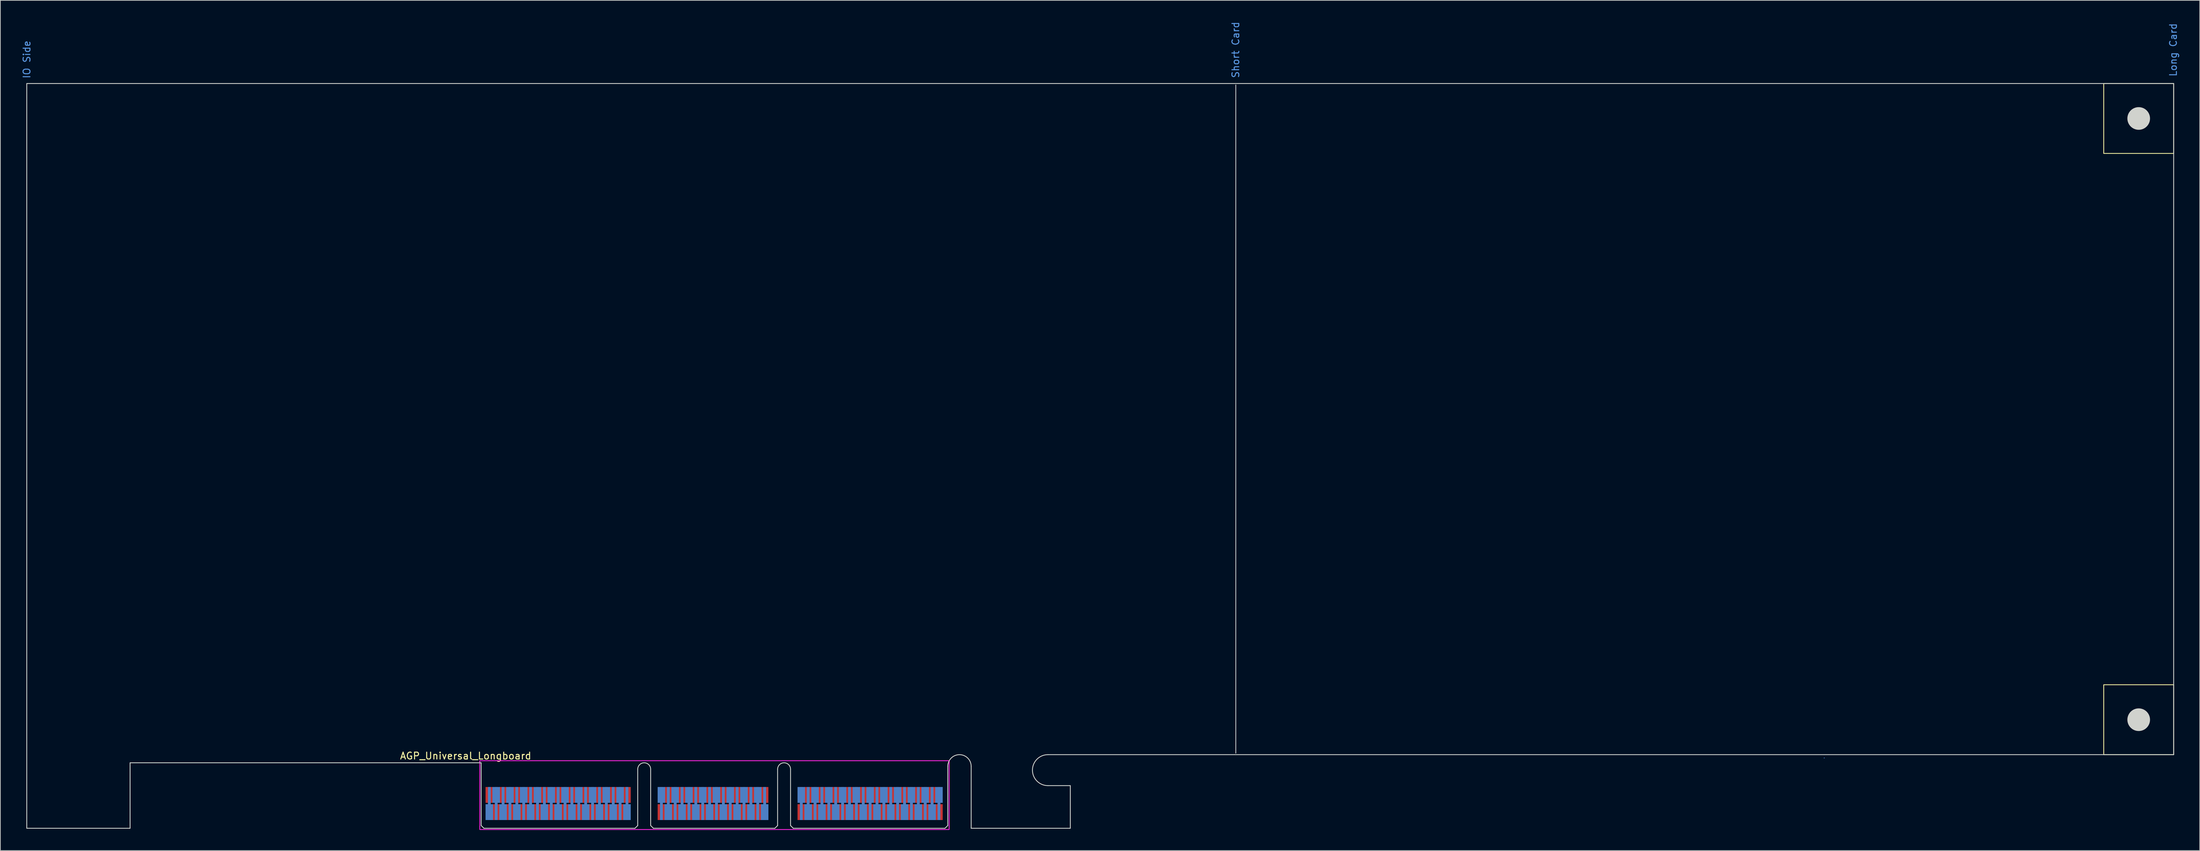
<source format=kicad_pcb>
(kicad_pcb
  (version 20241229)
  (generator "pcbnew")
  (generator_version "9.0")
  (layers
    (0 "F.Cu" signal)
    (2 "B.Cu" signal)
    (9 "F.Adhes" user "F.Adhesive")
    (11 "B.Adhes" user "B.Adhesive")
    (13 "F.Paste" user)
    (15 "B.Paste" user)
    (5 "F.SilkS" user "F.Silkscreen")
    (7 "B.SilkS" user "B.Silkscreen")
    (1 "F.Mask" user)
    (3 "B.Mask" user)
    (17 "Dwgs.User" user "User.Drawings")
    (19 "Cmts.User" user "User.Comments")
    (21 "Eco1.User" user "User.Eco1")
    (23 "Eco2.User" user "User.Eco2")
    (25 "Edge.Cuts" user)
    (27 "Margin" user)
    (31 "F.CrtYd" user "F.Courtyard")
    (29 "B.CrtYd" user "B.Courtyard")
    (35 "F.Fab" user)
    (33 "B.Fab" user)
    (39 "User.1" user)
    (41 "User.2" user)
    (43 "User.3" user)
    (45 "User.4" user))
  (footprint "AGP_Universal_Longboard"
    (layer "F.Cu")
    (at 66.848 107.796)
    (property "Reference" "AGP_Universal_Longboard" (at -2.25 -1 0) (unlocked yes) (layer "F.SilkS") (effects (font (size 1 1) (thickness 0.15))))
    (fp_rect (start 235.7 -98.71) (end 245.86 -88.55) (stroke (width 0.12) (type solid)) (fill no) (layer "F.SilkS"))
    (fp_rect (start 235.7 -11.34) (end 245.86 -1.18) (stroke (width 0.12) (type solid)) (fill no) (layer "F.SilkS"))
    (fp_line (start 109.62 -1.4) (end 109.62 -98.5) (stroke (width 0.12) (type solid)) (layer "Dwgs.User"))
    (fp_line (start 195.1 -0.7) (end 195.1 -0.7) (stroke (width 0.12) (type solid)) (layer "Cmts.User"))
    (fp_line (start -66.01 -98.71) (end 245.86 -98.71) (stroke (width 0.12) (type solid)) (layer "Edge.Cuts"))
    (fp_line (start -66.01 9.52) (end -66.01 -98.71) (stroke (width 0.12) (type solid)) (layer "Edge.Cuts"))
    (fp_line (start -51 0) (end -51 9.52) (stroke (width 0.12) (type solid)) (layer "Edge.Cuts"))
    (fp_line (start -51 9.52) (end -66.01 9.52) (stroke (width 0.12) (type solid)) (layer "Edge.Cuts"))
    (fp_line (start 0 0) (end -51 0) (stroke (width 0.12) (type solid)) (layer "Edge.Cuts"))
    (fp_line (start 0 9.12) (end 0 0) (stroke (width 0.12) (type solid)) (layer "Edge.Cuts"))
    (fp_line (start 0 9.12) (end 0.4 9.52) (stroke (width 0.12) (type solid)) (layer "Edge.Cuts"))
    (fp_line (start 0.4 9.52) (end 22.34 9.52) (stroke (width 0.12) (type solid)) (layer "Edge.Cuts"))
    (fp_line (start 22.74 0.94) (end 22.74 9.12) (stroke (width 0.12) (type solid)) (layer "Edge.Cuts"))
    (fp_line (start 22.74 9.12) (end 22.34 9.52) (stroke (width 0.12) (type solid)) (layer "Edge.Cuts"))
    (fp_line (start 24.62 0.94) (end 24.62 9.12) (stroke (width 0.12) (type solid)) (layer "Edge.Cuts"))
    (fp_line (start 24.62 9.12) (end 25.02 9.52) (stroke (width 0.12) (type solid)) (layer "Edge.Cuts"))
    (fp_line (start 25.02 9.52) (end 42.66 9.52) (stroke (width 0.12) (type solid)) (layer "Edge.Cuts"))
    (fp_line (start 43.06 0.94) (end 43.06 9.12) (stroke (width 0.12) (type solid)) (layer "Edge.Cuts"))
    (fp_line (start 43.06 9.12) (end 42.66 9.52) (stroke (width 0.12) (type solid)) (layer "Edge.Cuts"))
    (fp_line (start 44.94 0.94) (end 44.94 9.12) (stroke (width 0.12) (type solid)) (layer "Edge.Cuts"))
    (fp_line (start 44.94 9.12) (end 45.34 9.52) (stroke (width 0.12) (type solid)) (layer "Edge.Cuts"))
    (fp_line (start 45.34 9.52) (end 67.38 9.52) (stroke (width 0.12) (type solid)) (layer "Edge.Cuts"))
    (fp_line (start 67.78 9.12) (end 67.38 9.52) (stroke (width 0.12) (type solid)) (layer "Edge.Cuts"))
    (fp_line (start 67.78 9.12) (end 67.78 0.52) (stroke (width 0.12) (type solid)) (layer "Edge.Cuts"))
    (fp_line (start 71.18 9.52) (end 71.18 0.52) (stroke (width 0.12) (type solid)) (layer "Edge.Cuts"))
    (fp_line (start 71.18 9.52) (end 85.58 9.52) (stroke (width 0.12) (type solid)) (layer "Edge.Cuts"))
    (fp_line (start 82.33 -1.18) (end 245.86 -1.18) (stroke (width 0.12) (type solid)) (layer "Edge.Cuts"))
    (fp_line (start 85.58 3.32) (end 82.33 3.32) (stroke (width 0.12) (type solid)) (layer "Edge.Cuts"))
    (fp_line (start 85.58 9.52) (end 85.58 3.32) (stroke (width 0.12) (type solid)) (layer "Edge.Cuts"))
    (fp_line (start 245.86 -1.18) (end 245.86 -98.71) (stroke (width 0.12) (type solid)) (layer "Edge.Cuts"))
    (fp_arc (start 22.74 0.94) (mid 23.68 0) (end 24.62 0.94) (stroke (width 0.12) (type solid)) (layer "Edge.Cuts"))
    (fp_arc (start 43.06 0.94) (mid 44 0) (end 44.94 0.94) (stroke (width 0.12) (type solid)) (layer "Edge.Cuts"))
    (fp_arc (start 67.78 0.52) (mid 69.48 -1.18) (end 71.18 0.52) (stroke (width 0.12) (type solid)) (layer "Edge.Cuts"))
    (fp_arc (start 82.33 3.32) (mid 80.08 1.07) (end 82.33 -1.18) (stroke (width 0.12) (type solid)) (layer "Edge.Cuts"))
    (fp_circle (center 240.78 -93.63) (end 242.365 -93.63) (stroke (width 0.12) (type solid)) (fill yes) (layer "Edge.Cuts"))
    (fp_circle (center 240.78 -6.26) (end 242.365 -6.26) (stroke (width 0.12) (type solid)) (fill yes) (layer "Edge.Cuts"))
    (fp_rect (start -0.2 -0.3) (end 67.98 9.7) (stroke (width 0.12) (type solid)) (fill no) (layer "F.CrtYd"))
    (fp_text user "IO Side" (at -66 -102.2 90) (unlocked yes) (layer "Cmts.User") (effects (font (size 1 1) (thickness 0.15))))
    (fp_text user "Long Card" (at 245.8 -103.6 90) (unlocked yes) (layer "Cmts.User") (effects (font (size 1 1) (thickness 0.15))))
    (fp_text user "Short Card" (at 109.6 -103.6 90) (unlocked yes) (layer "Cmts.User") (effects (font (size 1 1) (thickness 0.15))))
    (pad "A1" connect custom (at 1.18 7.17) (size 1.09 2.3) (layers "B.Cu" "B.Mask") (options (anchor rect)) (primitives (gr_poly (pts (xy -0.205 -1.15) (xy 0.205 -1.15) (xy 0.205 -3.65) (xy -0.205 -3.65)) (width 0) (fill yes))))
    (pad "A2" connect custom (at 2.18 4.67 180) (size 1.09 2.3) (layers "B.Cu" "B.Mask") (options (anchor rect)) (primitives (gr_poly (pts (xy -0.205 -1.15) (xy 0.205 -1.15) (xy 0.205 -3.65) (xy -0.205 -3.65)) (width 0) (fill yes))))
    (pad "A3" connect custom (at 3.18 7.17) (size 1.09 2.3) (layers "B.Cu" "B.Mask") (options (anchor rect)) (primitives (gr_poly (pts (xy -0.205 -1.15) (xy 0.205 -1.15) (xy 0.205 -3.65) (xy -0.205 -3.65)) (width 0) (fill yes))))
    (pad "A4" connect custom (at 4.18 4.67 180) (size 1.09 2.3) (layers "B.Cu" "B.Mask") (options (anchor rect)) (primitives (gr_poly (pts (xy -0.205 -1.15) (xy 0.205 -1.15) (xy 0.205 -3.65) (xy -0.205 -3.65)) (width 0) (fill yes))))
    (pad "A5" connect custom (at 5.18 7.17) (size 1.09 2.3) (layers "B.Cu" "B.Mask") (options (anchor rect)) (primitives (gr_poly (pts (xy -0.205 -1.15) (xy 0.205 -1.15) (xy 0.205 -3.65) (xy -0.205 -3.65)) (width 0) (fill yes))))
    (pad "A6" connect custom (at 6.18 4.67 180) (size 1.09 2.3) (layers "B.Cu" "B.Mask") (options (anchor rect)) (primitives (gr_poly (pts (xy -0.205 -1.15) (xy 0.205 -1.15) (xy 0.205 -3.65) (xy -0.205 -3.65)) (width 0) (fill yes))))
    (pad "A7" connect custom (at 7.18 7.17) (size 1.09 2.3) (layers "B.Cu" "B.Mask") (options (anchor rect)) (primitives (gr_poly (pts (xy -0.205 -1.15) (xy 0.205 -1.15) (xy 0.205 -3.65) (xy -0.205 -3.65)) (width 0) (fill yes))))
    (pad "A8" connect custom (at 8.18 4.67 180) (size 1.09 2.3) (layers "B.Cu" "B.Mask") (options (anchor rect)) (primitives (gr_poly (pts (xy -0.205 -1.15) (xy 0.205 -1.15) (xy 0.205 -3.65) (xy -0.205 -3.65)) (width 0) (fill yes))))
    (pad "A9" connect custom (at 9.18 7.17) (size 1.09 2.3) (layers "B.Cu" "B.Mask") (options (anchor rect)) (primitives (gr_poly (pts (xy -0.205 -1.15) (xy 0.205 -1.15) (xy 0.205 -3.65) (xy -0.205 -3.65)) (width 0) (fill yes))))
    (pad "A10" connect custom (at 10.18 4.67 180) (size 1.09 2.3) (layers "B.Cu" "B.Mask") (options (anchor rect)) (primitives (gr_poly (pts (xy -0.205 -1.15) (xy 0.205 -1.15) (xy 0.205 -3.65) (xy -0.205 -3.65)) (width 0) (fill yes))))
    (pad "A11" connect custom (at 11.18 7.17) (size 1.09 2.3) (layers "B.Cu" "B.Mask") (options (anchor rect)) (primitives (gr_poly (pts (xy -0.205 -1.15) (xy 0.205 -1.15) (xy 0.205 -3.65) (xy -0.205 -3.65)) (width 0) (fill yes))))
    (pad "A12" connect custom (at 12.18 4.67 180) (size 1.09 2.3) (layers "B.Cu" "B.Mask") (options (anchor rect)) (primitives (gr_poly (pts (xy -0.205 -1.15) (xy 0.205 -1.15) (xy 0.205 -3.65) (xy -0.205 -3.65)) (width 0) (fill yes))))
    (pad "A13" connect custom (at 13.18 7.17) (size 1.09 2.3) (layers "B.Cu" "B.Mask") (options (anchor rect)) (primitives (gr_poly (pts (xy -0.205 -1.15) (xy 0.205 -1.15) (xy 0.205 -3.65) (xy -0.205 -3.65)) (width 0) (fill yes))))
    (pad "A14" connect custom (at 14.18 4.67 180) (size 1.09 2.3) (layers "B.Cu" "B.Mask") (options (anchor rect)) (primitives (gr_poly (pts (xy -0.205 -1.15) (xy 0.205 -1.15) (xy 0.205 -3.65) (xy -0.205 -3.65)) (width 0) (fill yes))))
    (pad "A15" connect custom (at 15.18 7.17) (size 1.09 2.3) (layers "B.Cu" "B.Mask") (options (anchor rect)) (primitives (gr_poly (pts (xy -0.205 -1.15) (xy 0.205 -1.15) (xy 0.205 -3.65) (xy -0.205 -3.65)) (width 0) (fill yes))))
    (pad "A16" connect custom (at 16.18 4.67 180) (size 1.09 2.3) (layers "B.Cu" "B.Mask") (options (anchor rect)) (primitives (gr_poly (pts (xy -0.205 -1.15) (xy 0.205 -1.15) (xy 0.205 -3.65) (xy -0.205 -3.65)) (width 0) (fill yes))))
    (pad "A17" connect custom (at 17.18 7.17) (size 1.09 2.3) (layers "B.Cu" "B.Mask") (options (anchor rect)) (primitives (gr_poly (pts (xy -0.205 -1.15) (xy 0.205 -1.15) (xy 0.205 -3.65) (xy -0.205 -3.65)) (width 0) (fill yes))))
    (pad "A18" connect custom (at 18.18 4.67 180) (size 1.09 2.3) (layers "B.Cu" "B.Mask") (options (anchor rect)) (primitives (gr_poly (pts (xy -0.205 -1.15) (xy 0.205 -1.15) (xy 0.205 -3.65) (xy -0.205 -3.65)) (width 0) (fill yes))))
    (pad "A19" connect custom (at 19.18 7.17) (size 1.09 2.3) (layers "B.Cu" "B.Mask") (options (anchor rect)) (primitives (gr_poly (pts (xy -0.205 -1.15) (xy 0.205 -1.15) (xy 0.205 -3.65) (xy -0.205 -3.65)) (width 0) (fill yes))))
    (pad "A20" connect custom (at 20.18 4.67 180) (size 1.09 2.3) (layers "B.Cu" "B.Mask") (options (anchor rect)) (primitives (gr_poly (pts (xy -0.205 -1.15) (xy 0.205 -1.15) (xy 0.205 -3.65) (xy -0.205 -3.65)) (width 0) (fill yes))))
    (pad "A21" connect custom (at 21.18 7.17) (size 1.09 2.3) (layers "B.Cu" "B.Mask") (options (anchor rect)) (primitives (gr_poly (pts (xy -0.205 -1.15) (xy 0.205 -1.15) (xy 0.205 -3.65) (xy -0.205 -3.65)) (width 0) (fill yes))))
    (pad "A26" connect custom (at 26.18 4.67 180) (size 1.09 2.3) (layers "B.Cu" "B.Mask") (options (anchor rect)) (primitives (gr_poly (pts (xy -0.205 -1.15) (xy 0.205 -1.15) (xy 0.205 -3.65) (xy -0.205 -3.65)) (width 0) (fill yes))))
    (pad "A27" connect custom (at 27.18 7.17) (size 1.09 2.3) (layers "B.Cu" "B.Mask") (options (anchor rect)) (primitives (gr_poly (pts (xy -0.205 -1.15) (xy 0.205 -1.15) (xy 0.205 -3.65) (xy -0.205 -3.65)) (width 0) (fill yes))))
    (pad "A28" connect custom (at 28.18 4.67 180) (size 1.09 2.3) (layers "B.Cu" "B.Mask") (options (anchor rect)) (primitives (gr_poly (pts (xy -0.205 -1.15) (xy 0.205 -1.15) (xy 0.205 -3.65) (xy -0.205 -3.65)) (width 0) (fill yes))))
    (pad "A29" connect custom (at 29.18 7.17) (size 1.09 2.3) (layers "B.Cu" "B.Mask") (options (anchor rect)) (primitives (gr_poly (pts (xy -0.205 -1.15) (xy 0.205 -1.15) (xy 0.205 -3.65) (xy -0.205 -3.65)) (width 0) (fill yes))))
    (pad "A30" connect custom (at 30.18 4.67 180) (size 1.09 2.3) (layers "B.Cu" "B.Mask") (options (anchor rect)) (primitives (gr_poly (pts (xy -0.205 -1.15) (xy 0.205 -1.15) (xy 0.205 -3.65) (xy -0.205 -3.65)) (width 0) (fill yes))))
    (pad "A31" connect custom (at 31.18 7.17) (size 1.09 2.3) (layers "B.Cu" "B.Mask") (options (anchor rect)) (primitives (gr_poly (pts (xy -0.205 -1.15) (xy 0.205 -1.15) (xy 0.205 -3.65) (xy -0.205 -3.65)) (width 0) (fill yes))))
    (pad "A32" connect custom (at 32.18 4.67 180) (size 1.09 2.3) (layers "B.Cu" "B.Mask") (options (anchor rect)) (primitives (gr_poly (pts (xy -0.205 -1.15) (xy 0.205 -1.15) (xy 0.205 -3.65) (xy -0.205 -3.65)) (width 0) (fill yes))))
    (pad "A33" connect custom (at 33.18 7.17) (size 1.09 2.3) (layers "B.Cu" "B.Mask") (options (anchor rect)) (primitives (gr_poly (pts (xy -0.205 -1.15) (xy 0.205 -1.15) (xy 0.205 -3.65) (xy -0.205 -3.65)) (width 0) (fill yes))))
    (pad "A34" connect custom (at 34.18 4.67 180) (size 1.09 2.3) (layers "B.Cu" "B.Mask") (options (anchor rect)) (primitives (gr_poly (pts (xy -0.205 -1.15) (xy 0.205 -1.15) (xy 0.205 -3.65) (xy -0.205 -3.65)) (width 0) (fill yes))))
    (pad "A35" connect custom (at 35.18 7.17) (size 1.09 2.3) (layers "B.Cu" "B.Mask") (options (anchor rect)) (primitives (gr_poly (pts (xy -0.205 -1.15) (xy 0.205 -1.15) (xy 0.205 -3.65) (xy -0.205 -3.65)) (width 0) (fill yes))))
    (pad "A36" connect custom (at 36.18 4.67 180) (size 1.09 2.3) (layers "B.Cu" "B.Mask") (options (anchor rect)) (primitives (gr_poly (pts (xy -0.205 -1.15) (xy 0.205 -1.15) (xy 0.205 -3.65) (xy -0.205 -3.65)) (width 0) (fill yes))))
    (pad "A37" connect custom (at 37.18 7.17) (size 1.09 2.3) (layers "B.Cu" "B.Mask") (options (anchor rect)) (primitives (gr_poly (pts (xy -0.205 -1.15) (xy 0.205 -1.15) (xy 0.205 -3.65) (xy -0.205 -3.65)) (width 0) (fill yes))))
    (pad "A38" connect custom (at 38.18 4.67 180) (size 1.09 2.3) (layers "B.Cu" "B.Mask") (options (anchor rect)) (primitives (gr_poly (pts (xy -0.205 -1.15) (xy 0.205 -1.15) (xy 0.205 -3.65) (xy -0.205 -3.65)) (width 0) (fill yes))))
    (pad "A39" connect custom (at 39.18 7.17) (size 1.09 2.3) (layers "B.Cu" "B.Mask") (options (anchor rect)) (primitives (gr_poly (pts (xy -0.205 -1.15) (xy 0.205 -1.15) (xy 0.205 -3.65) (xy -0.205 -3.65)) (width 0) (fill yes))))
    (pad "A40" connect custom (at 40.18 4.67 180) (size 1.09 2.3) (layers "B.Cu" "B.Mask") (options (anchor rect)) (primitives (gr_poly (pts (xy -0.205 -1.15) (xy 0.205 -1.15) (xy 0.205 -3.65) (xy -0.205 -3.65)) (width 0) (fill yes))))
    (pad "A41" connect custom (at 41.18 7.17) (size 1.09 2.3) (layers "B.Cu" "B.Mask") (options (anchor rect)) (primitives (gr_poly (pts (xy -0.205 -1.15) (xy 0.205 -1.15) (xy 0.205 -3.65) (xy -0.205 -3.65)) (width 0) (fill yes))))
    (pad "A46" connect custom (at 46.5 4.67 180) (size 1.09 2.3) (layers "B.Cu" "B.Mask") (options (anchor rect)) (primitives (gr_poly (pts (xy -0.205 -1.15) (xy 0.205 -1.15) (xy 0.205 -3.65) (xy -0.205 -3.65)) (width 0) (fill yes))))
    (pad "A47" connect custom (at 47.5 7.17) (size 1.09 2.3) (layers "B.Cu" "B.Mask") (options (anchor rect)) (primitives (gr_poly (pts (xy -0.205 -1.15) (xy 0.205 -1.15) (xy 0.205 -3.65) (xy -0.205 -3.65)) (width 0) (fill yes))))
    (pad "A48" connect custom (at 48.5 4.67 180) (size 1.09 2.3) (layers "B.Cu" "B.Mask") (options (anchor rect)) (primitives (gr_poly (pts (xy -0.205 -1.15) (xy 0.205 -1.15) (xy 0.205 -3.65) (xy -0.205 -3.65)) (width 0) (fill yes))))
    (pad "A49" connect custom (at 49.5 7.17) (size 1.09 2.3) (layers "B.Cu" "B.Mask") (options (anchor rect)) (primitives (gr_poly (pts (xy -0.205 -1.15) (xy 0.205 -1.15) (xy 0.205 -3.65) (xy -0.205 -3.65)) (width 0) (fill yes))))
    (pad "A50" connect custom (at 50.5 4.67 180) (size 1.09 2.3) (layers "B.Cu" "B.Mask") (options (anchor rect)) (primitives (gr_poly (pts (xy -0.205 -1.15) (xy 0.205 -1.15) (xy 0.205 -3.65) (xy -0.205 -3.65)) (width 0) (fill yes))))
    (pad "A51" connect custom (at 51.5 7.17) (size 1.09 2.3) (layers "B.Cu" "B.Mask") (options (anchor rect)) (primitives (gr_poly (pts (xy -0.205 -1.15) (xy 0.205 -1.15) (xy 0.205 -3.65) (xy -0.205 -3.65)) (width 0) (fill yes))))
    (pad "A52" connect custom (at 52.5 4.67 180) (size 1.09 2.3) (layers "B.Cu" "B.Mask") (options (anchor rect)) (primitives (gr_poly (pts (xy -0.205 -1.15) (xy 0.205 -1.15) (xy 0.205 -3.65) (xy -0.205 -3.65)) (width 0) (fill yes))))
    (pad "A53" connect custom (at 53.5 7.17) (size 1.09 2.3) (layers "B.Cu" "B.Mask") (options (anchor rect)) (primitives (gr_poly (pts (xy -0.205 -1.15) (xy 0.205 -1.15) (xy 0.205 -3.65) (xy -0.205 -3.65)) (width 0) (fill yes))))
    (pad "A54" connect custom (at 54.5 4.67 180) (size 1.09 2.3) (layers "B.Cu" "B.Mask") (options (anchor rect)) (primitives (gr_poly (pts (xy -0.205 -1.15) (xy 0.205 -1.15) (xy 0.205 -3.65) (xy -0.205 -3.65)) (width 0) (fill yes))))
    (pad "A55" connect custom (at 55.5 7.17) (size 1.09 2.3) (layers "B.Cu" "B.Mask") (options (anchor rect)) (primitives (gr_poly (pts (xy -0.205 -1.15) (xy 0.205 -1.15) (xy 0.205 -3.65) (xy -0.205 -3.65)) (width 0) (fill yes))))
    (pad "A56" connect custom (at 56.5 4.67 180) (size 1.09 2.3) (layers "B.Cu" "B.Mask") (options (anchor rect)) (primitives (gr_poly (pts (xy -0.205 -1.15) (xy 0.205 -1.15) (xy 0.205 -3.65) (xy -0.205 -3.65)) (width 0) (fill yes))))
    (pad "A57" connect custom (at 57.5 7.17) (size 1.09 2.3) (layers "B.Cu" "B.Mask") (options (anchor rect)) (primitives (gr_poly (pts (xy -0.205 -1.15) (xy 0.205 -1.15) (xy 0.205 -3.65) (xy -0.205 -3.65)) (width 0) (fill yes))))
    (pad "A58" connect custom (at 58.5 4.67 180) (size 1.09 2.3) (layers "B.Cu" "B.Mask") (options (anchor rect)) (primitives (gr_poly (pts (xy -0.205 -1.15) (xy 0.205 -1.15) (xy 0.205 -3.65) (xy -0.205 -3.65)) (width 0) (fill yes))))
    (pad "A59" connect custom (at 59.5 7.17) (size 1.09 2.3) (layers "B.Cu" "B.Mask") (options (anchor rect)) (primitives (gr_poly (pts (xy -0.205 -1.15) (xy 0.205 -1.15) (xy 0.205 -3.65) (xy -0.205 -3.65)) (width 0) (fill yes))))
    (pad "A60" connect custom (at 60.5 4.67 180) (size 1.09 2.3) (layers "B.Cu" "B.Mask") (options (anchor rect)) (primitives (gr_poly (pts (xy -0.205 -1.15) (xy 0.205 -1.15) (xy 0.205 -3.65) (xy -0.205 -3.65)) (width 0) (fill yes))))
    (pad "A61" connect custom (at 61.5 7.17) (size 1.09 2.3) (layers "B.Cu" "B.Mask") (options (anchor rect)) (primitives (gr_poly (pts (xy -0.205 -1.15) (xy 0.205 -1.15) (xy 0.205 -3.65) (xy -0.205 -3.65)) (width 0) (fill yes))))
    (pad "A62" connect custom (at 62.5 4.67 180) (size 1.09 2.3) (layers "B.Cu" "B.Mask") (options (anchor rect)) (primitives (gr_poly (pts (xy -0.205 -1.15) (xy 0.205 -1.15) (xy 0.205 -3.65) (xy -0.205 -3.65)) (width 0) (fill yes))))
    (pad "A63" connect custom (at 63.5 7.17) (size 1.09 2.3) (layers "B.Cu" "B.Mask") (options (anchor rect)) (primitives (gr_poly (pts (xy -0.205 -1.15) (xy 0.205 -1.15) (xy 0.205 -3.65) (xy -0.205 -3.65)) (width 0) (fill yes))))
    (pad "A64" connect custom (at 64.5 4.67 180) (size 1.09 2.3) (layers "B.Cu" "B.Mask") (options (anchor rect)) (primitives (gr_poly (pts (xy -0.205 -1.15) (xy 0.205 -1.15) (xy 0.205 -3.65) (xy -0.205 -3.65)) (width 0) (fill yes))))
    (pad "A65" connect custom (at 65.5 7.17) (size 1.09 2.3) (layers "B.Cu" "B.Mask") (options (anchor rect)) (primitives (gr_poly (pts (xy -0.205 -1.15) (xy 0.205 -1.15) (xy 0.205 -3.65) (xy -0.205 -3.65)) (width 0) (fill yes))))
    (pad "A66" connect custom (at 66.5 4.67 180) (size 1.09 2.3) (layers "B.Cu" "B.Mask") (options (anchor rect)) (primitives (gr_poly (pts (xy -0.205 -1.15) (xy 0.205 -1.15) (xy 0.205 -3.65) (xy -0.205 -3.65)) (width 0) (fill yes))))
    (pad "B1" connect custom (at 1.18 4.67 180) (size 1.09 2.3) (layers "F.Cu" "F.Mask") (options (anchor rect)) (primitives (gr_poly (pts (xy -0.205 -1.15) (xy 0.205 -1.15) (xy 0.205 -3.65) (xy -0.205 -3.65)) (width 0) (fill yes))))
    (pad "B2" connect custom (at 2.18 7.17) (size 1.09 2.3) (layers "F.Cu" "F.Mask") (options (anchor rect)) (primitives (gr_poly (pts (xy -0.205 -1.15) (xy 0.205 -1.15) (xy 0.205 -3.65) (xy -0.205 -3.65)) (width 0) (fill yes))))
    (pad "B3" connect custom (at 3.18 4.67 180) (size 1.09 2.3) (layers "F.Cu" "F.Mask") (options (anchor rect)) (primitives (gr_poly (pts (xy -0.205 -1.15) (xy 0.205 -1.15) (xy 0.205 -3.65) (xy -0.205 -3.65)) (width 0) (fill yes))))
    (pad "B4" connect custom (at 4.18 7.17) (size 1.09 2.3) (layers "F.Cu" "F.Mask") (options (anchor rect)) (primitives (gr_poly (pts (xy -0.205 -1.15) (xy 0.205 -1.15) (xy 0.205 -3.65) (xy -0.205 -3.65)) (width 0) (fill yes))))
    (pad "B5" connect custom (at 5.18 4.67 180) (size 1.09 2.3) (layers "F.Cu" "F.Mask") (options (anchor rect)) (primitives (gr_poly (pts (xy -0.205 -1.15) (xy 0.205 -1.15) (xy 0.205 -3.65) (xy -0.205 -3.65)) (width 0) (fill yes))))
    (pad "B6" connect custom (at 6.18 7.17) (size 1.09 2.3) (layers "F.Cu" "F.Mask") (options (anchor rect)) (primitives (gr_poly (pts (xy -0.205 -1.15) (xy 0.205 -1.15) (xy 0.205 -3.65) (xy -0.205 -3.65)) (width 0) (fill yes))))
    (pad "B7" connect custom (at 7.18 4.67 180) (size 1.09 2.3) (layers "F.Cu" "F.Mask") (options (anchor rect)) (primitives (gr_poly (pts (xy -0.205 -1.15) (xy 0.205 -1.15) (xy 0.205 -3.65) (xy -0.205 -3.65)) (width 0) (fill yes))))
    (pad "B8" connect custom (at 8.18 7.17) (size 1.09 2.3) (layers "F.Cu" "F.Mask") (options (anchor rect)) (primitives (gr_poly (pts (xy -0.205 -1.15) (xy 0.205 -1.15) (xy 0.205 -3.65) (xy -0.205 -3.65)) (width 0) (fill yes))))
    (pad "B9" connect custom (at 9.18 4.67 180) (size 1.09 2.3) (layers "F.Cu" "F.Mask") (options (anchor rect)) (primitives (gr_poly (pts (xy -0.205 -1.15) (xy 0.205 -1.15) (xy 0.205 -3.65) (xy -0.205 -3.65)) (width 0) (fill yes))))
    (pad "B10" connect custom (at 10.18 7.17) (size 1.09 2.3) (layers "F.Cu" "F.Mask") (options (anchor rect)) (primitives (gr_poly (pts (xy -0.205 -1.15) (xy 0.205 -1.15) (xy 0.205 -3.65) (xy -0.205 -3.65)) (width 0) (fill yes))))
    (pad "B11" connect custom (at 11.18 4.67 180) (size 1.09 2.3) (layers "F.Cu" "F.Mask") (options (anchor rect)) (primitives (gr_poly (pts (xy -0.205 -1.15) (xy 0.205 -1.15) (xy 0.205 -3.65) (xy -0.205 -3.65)) (width 0) (fill yes))))
    (pad "B12" connect custom (at 12.18 7.17) (size 1.09 2.3) (layers "F.Cu" "F.Mask") (options (anchor rect)) (primitives (gr_poly (pts (xy -0.205 -1.15) (xy 0.205 -1.15) (xy 0.205 -3.65) (xy -0.205 -3.65)) (width 0) (fill yes))))
    (pad "B13" connect custom (at 13.18 4.67 180) (size 1.09 2.3) (layers "F.Cu" "F.Mask") (options (anchor rect)) (primitives (gr_poly (pts (xy -0.205 -1.15) (xy 0.205 -1.15) (xy 0.205 -3.65) (xy -0.205 -3.65)) (width 0) (fill yes))))
    (pad "B14" connect custom (at 14.18 7.17) (size 1.09 2.3) (layers "F.Cu" "F.Mask") (options (anchor rect)) (primitives (gr_poly (pts (xy -0.205 -1.15) (xy 0.205 -1.15) (xy 0.205 -3.65) (xy -0.205 -3.65)) (width 0) (fill yes))))
    (pad "B15" connect custom (at 15.18 4.67 180) (size 1.09 2.3) (layers "F.Cu" "F.Mask") (options (anchor rect)) (primitives (gr_poly (pts (xy -0.205 -1.15) (xy 0.205 -1.15) (xy 0.205 -3.65) (xy -0.205 -3.65)) (width 0) (fill yes))))
    (pad "B16" connect custom (at 16.18 7.17) (size 1.09 2.3) (layers "F.Cu" "F.Mask") (options (anchor rect)) (primitives (gr_poly (pts (xy -0.205 -1.15) (xy 0.205 -1.15) (xy 0.205 -3.65) (xy -0.205 -3.65)) (width 0) (fill yes))))
    (pad "B17" connect custom (at 17.18 4.67 180) (size 1.09 2.3) (layers "F.Cu" "F.Mask") (options (anchor rect)) (primitives (gr_poly (pts (xy -0.205 -1.15) (xy 0.205 -1.15) (xy 0.205 -3.65) (xy -0.205 -3.65)) (width 0) (fill yes))))
    (pad "B18" connect custom (at 18.18 7.17) (size 1.09 2.3) (layers "F.Cu" "F.Mask") (options (anchor rect)) (primitives (gr_poly (pts (xy -0.205 -1.15) (xy 0.205 -1.15) (xy 0.205 -3.65) (xy -0.205 -3.65)) (width 0) (fill yes))))
    (pad "B19" connect custom (at 19.18 4.67 180) (size 1.09 2.3) (layers "F.Cu" "F.Mask") (options (anchor rect)) (primitives (gr_poly (pts (xy -0.205 -1.15) (xy 0.205 -1.15) (xy 0.205 -3.65) (xy -0.205 -3.65)) (width 0) (fill yes))))
    (pad "B20" connect custom (at 20.18 7.17) (size 1.09 2.3) (layers "F.Cu" "F.Mask") (options (anchor rect)) (primitives (gr_poly (pts (xy -0.205 -1.15) (xy 0.205 -1.15) (xy 0.205 -3.65) (xy -0.205 -3.65)) (width 0) (fill yes))))
    (pad "B21" connect custom (at 21.18 4.67 180) (size 1.09 2.3) (layers "F.Cu" "F.Mask") (options (anchor rect)) (primitives (gr_poly (pts (xy -0.205 -1.15) (xy 0.205 -1.15) (xy 0.205 -3.65) (xy -0.205 -3.65)) (width 0) (fill yes))))
    (pad "B26" connect custom (at 26.18 7.17) (size 1.09 2.3) (layers "F.Cu" "F.Mask") (options (anchor rect)) (primitives (gr_poly (pts (xy -0.205 -1.15) (xy 0.205 -1.15) (xy 0.205 -3.65) (xy -0.205 -3.65)) (width 0) (fill yes))))
    (pad "B27" connect custom (at 27.18 4.67 180) (size 1.09 2.3) (layers "F.Cu" "F.Mask") (options (anchor rect)) (primitives (gr_poly (pts (xy -0.205 -1.15) (xy 0.205 -1.15) (xy 0.205 -3.65) (xy -0.205 -3.65)) (width 0) (fill yes))))
    (pad "B28" connect custom (at 28.18 7.17) (size 1.09 2.3) (layers "F.Cu" "F.Mask") (options (anchor rect)) (primitives (gr_poly (pts (xy -0.205 -1.15) (xy 0.205 -1.15) (xy 0.205 -3.65) (xy -0.205 -3.65)) (width 0) (fill yes))))
    (pad "B29" connect custom (at 29.18 4.67 180) (size 1.09 2.3) (layers "F.Cu" "F.Mask") (options (anchor rect)) (primitives (gr_poly (pts (xy -0.205 -1.15) (xy 0.205 -1.15) (xy 0.205 -3.65) (xy -0.205 -3.65)) (width 0) (fill yes))))
    (pad "B30" connect custom (at 30.18 7.17) (size 1.09 2.3) (layers "F.Cu" "F.Mask") (options (anchor rect)) (primitives (gr_poly (pts (xy -0.205 -1.15) (xy 0.205 -1.15) (xy 0.205 -3.65) (xy -0.205 -3.65)) (width 0) (fill yes))))
    (pad "B31" connect custom (at 31.18 4.67 180) (size 1.09 2.3) (layers "F.Cu" "F.Mask") (options (anchor rect)) (primitives (gr_poly (pts (xy -0.205 -1.15) (xy 0.205 -1.15) (xy 0.205 -3.65) (xy -0.205 -3.65)) (width 0) (fill yes))))
    (pad "B32" connect custom (at 32.18 7.17) (size 1.09 2.3) (layers "F.Cu" "F.Mask") (options (anchor rect)) (primitives (gr_poly (pts (xy -0.205 -1.15) (xy 0.205 -1.15) (xy 0.205 -3.65) (xy -0.205 -3.65)) (width 0) (fill yes))))
    (pad "B33" connect custom (at 33.18 4.67 180) (size 1.09 2.3) (layers "F.Cu" "F.Mask") (options (anchor rect)) (primitives (gr_poly (pts (xy -0.205 -1.15) (xy 0.205 -1.15) (xy 0.205 -3.65) (xy -0.205 -3.65)) (width 0) (fill yes))))
    (pad "B34" connect custom (at 34.18 7.17) (size 1.09 2.3) (layers "F.Cu" "F.Mask") (options (anchor rect)) (primitives (gr_poly (pts (xy -0.205 -1.15) (xy 0.205 -1.15) (xy 0.205 -3.65) (xy -0.205 -3.65)) (width 0) (fill yes))))
    (pad "B35" connect custom (at 35.18 4.67 180) (size 1.09 2.3) (layers "F.Cu" "F.Mask") (options (anchor rect)) (primitives (gr_poly (pts (xy -0.205 -1.15) (xy 0.205 -1.15) (xy 0.205 -3.65) (xy -0.205 -3.65)) (width 0) (fill yes))))
    (pad "B36" connect custom (at 36.18 7.17) (size 1.09 2.3) (layers "F.Cu" "F.Mask") (options (anchor rect)) (primitives (gr_poly (pts (xy -0.205 -1.15) (xy 0.205 -1.15) (xy 0.205 -3.65) (xy -0.205 -3.65)) (width 0) (fill yes))))
    (pad "B37" connect custom (at 37.18 4.67 180) (size 1.09 2.3) (layers "F.Cu" "F.Mask") (options (anchor rect)) (primitives (gr_poly (pts (xy -0.205 -1.15) (xy 0.205 -1.15) (xy 0.205 -3.65) (xy -0.205 -3.65)) (width 0) (fill yes))))
    (pad "B38" connect custom (at 38.18 7.17) (size 1.09 2.3) (layers "F.Cu" "F.Mask") (options (anchor rect)) (primitives (gr_poly (pts (xy -0.205 -1.15) (xy 0.205 -1.15) (xy 0.205 -3.65) (xy -0.205 -3.65)) (width 0) (fill yes))))
    (pad "B39" connect custom (at 39.18 4.67 180) (size 1.09 2.3) (layers "F.Cu" "F.Mask") (options (anchor rect)) (primitives (gr_poly (pts (xy -0.205 -1.15) (xy 0.205 -1.15) (xy 0.205 -3.65) (xy -0.205 -3.65)) (width 0) (fill yes))))
    (pad "B40" connect custom (at 40.18 7.17) (size 1.09 2.3) (layers "F.Cu" "F.Mask") (options (anchor rect)) (primitives (gr_poly (pts (xy -0.205 -1.15) (xy 0.205 -1.15) (xy 0.205 -3.65) (xy -0.205 -3.65)) (width 0) (fill yes))))
    (pad "B41" connect custom (at 41.18 4.67 180) (size 1.09 2.3) (layers "F.Cu" "F.Mask") (options (anchor rect)) (primitives (gr_poly (pts (xy -0.205 -1.15) (xy 0.205 -1.15) (xy 0.205 -3.65) (xy -0.205 -3.65)) (width 0) (fill yes))))
    (pad "B46" connect custom (at 46.5 7.17) (size 1.09 2.3) (layers "F.Cu" "F.Mask") (options (anchor rect)) (primitives (gr_poly (pts (xy -0.205 -1.15) (xy 0.205 -1.15) (xy 0.205 -3.65) (xy -0.205 -3.65)) (width 0) (fill yes))))
    (pad "B47" connect custom (at 47.5 4.67 180) (size 1.09 2.3) (layers "F.Cu" "F.Mask") (options (anchor rect)) (primitives (gr_poly (pts (xy -0.205 -1.15) (xy 0.205 -1.15) (xy 0.205 -3.65) (xy -0.205 -3.65)) (width 0) (fill yes))))
    (pad "B48" connect custom (at 48.5 7.17) (size 1.09 2.3) (layers "F.Cu" "F.Mask") (options (anchor rect)) (primitives (gr_poly (pts (xy -0.205 -1.15) (xy 0.205 -1.15) (xy 0.205 -3.65) (xy -0.205 -3.65)) (width 0) (fill yes))))
    (pad "B49" connect custom (at 49.5 4.67 180) (size 1.09 2.3) (layers "F.Cu" "F.Mask") (options (anchor rect)) (primitives (gr_poly (pts (xy -0.205 -1.15) (xy 0.205 -1.15) (xy 0.205 -3.65) (xy -0.205 -3.65)) (width 0) (fill yes))))
    (pad "B50" connect custom (at 50.5 7.17) (size 1.09 2.3) (layers "F.Cu" "F.Mask") (options (anchor rect)) (primitives (gr_poly (pts (xy -0.205 -1.15) (xy 0.205 -1.15) (xy 0.205 -3.65) (xy -0.205 -3.65)) (width 0) (fill yes))))
    (pad "B51" connect custom (at 51.5 4.67 180) (size 1.09 2.3) (layers "F.Cu" "F.Mask") (options (anchor rect)) (primitives (gr_poly (pts (xy -0.205 -1.15) (xy 0.205 -1.15) (xy 0.205 -3.65) (xy -0.205 -3.65)) (width 0) (fill yes))))
    (pad "B52" connect custom (at 52.5 7.17) (size 1.09 2.3) (layers "F.Cu" "F.Mask") (options (anchor rect)) (primitives (gr_poly (pts (xy -0.205 -1.15) (xy 0.205 -1.15) (xy 0.205 -3.65) (xy -0.205 -3.65)) (width 0) (fill yes))))
    (pad "B53" connect custom (at 53.5 4.67 180) (size 1.09 2.3) (layers "F.Cu" "F.Mask") (options (anchor rect)) (primitives (gr_poly (pts (xy -0.205 -1.15) (xy 0.205 -1.15) (xy 0.205 -3.65) (xy -0.205 -3.65)) (width 0) (fill yes))))
    (pad "B54" connect custom (at 54.5 7.17) (size 1.09 2.3) (layers "F.Cu" "F.Mask") (options (anchor rect)) (primitives (gr_poly (pts (xy -0.205 -1.15) (xy 0.205 -1.15) (xy 0.205 -3.65) (xy -0.205 -3.65)) (width 0) (fill yes))))
    (pad "B55" connect custom (at 55.5 4.67 180) (size 1.09 2.3) (layers "F.Cu" "F.Mask") (options (anchor rect)) (primitives (gr_poly (pts (xy -0.205 -1.15) (xy 0.205 -1.15) (xy 0.205 -3.65) (xy -0.205 -3.65)) (width 0) (fill yes))))
    (pad "B56" connect custom (at 56.5 7.17) (size 1.09 2.3) (layers "F.Cu" "F.Mask") (options (anchor rect)) (primitives (gr_poly (pts (xy -0.205 -1.15) (xy 0.205 -1.15) (xy 0.205 -3.65) (xy -0.205 -3.65)) (width 0) (fill yes))))
    (pad "B57" connect custom (at 57.5 4.67 180) (size 1.09 2.3) (layers "F.Cu" "F.Mask") (options (anchor rect)) (primitives (gr_poly (pts (xy -0.205 -1.15) (xy 0.205 -1.15) (xy 0.205 -3.65) (xy -0.205 -3.65)) (width 0) (fill yes))))
    (pad "B58" connect custom (at 58.5 7.17) (size 1.09 2.3) (layers "F.Cu" "F.Mask") (options (anchor rect)) (primitives (gr_poly (pts (xy -0.205 -1.15) (xy 0.205 -1.15) (xy 0.205 -3.65) (xy -0.205 -3.65)) (width 0) (fill yes))))
    (pad "B59" connect custom (at 59.5 4.67 180) (size 1.09 2.3) (layers "F.Cu" "F.Mask") (options (anchor rect)) (primitives (gr_poly (pts (xy -0.205 -1.15) (xy 0.205 -1.15) (xy 0.205 -3.65) (xy -0.205 -3.65)) (width 0) (fill yes))))
    (pad "B60" connect custom (at 60.5 7.17) (size 1.09 2.3) (layers "F.Cu" "F.Mask") (options (anchor rect)) (primitives (gr_poly (pts (xy -0.205 -1.15) (xy 0.205 -1.15) (xy 0.205 -3.65) (xy -0.205 -3.65)) (width 0) (fill yes))))
    (pad "B61" connect custom (at 61.5 4.67 180) (size 1.09 2.3) (layers "F.Cu" "F.Mask") (options (anchor rect)) (primitives (gr_poly (pts (xy -0.205 -1.15) (xy 0.205 -1.15) (xy 0.205 -3.65) (xy -0.205 -3.65)) (width 0) (fill yes))))
    (pad "B62" connect custom (at 62.5 7.17) (size 1.09 2.3) (layers "F.Cu" "F.Mask") (options (anchor rect)) (primitives (gr_poly (pts (xy -0.205 -1.15) (xy 0.205 -1.15) (xy 0.205 -3.65) (xy -0.205 -3.65)) (width 0) (fill yes))))
    (pad "B63" connect custom (at 63.5 4.67 180) (size 1.09 2.3) (layers "F.Cu" "F.Mask") (options (anchor rect)) (primitives (gr_poly (pts (xy -0.205 -1.15) (xy 0.205 -1.15) (xy 0.205 -3.65) (xy -0.205 -3.65)) (width 0) (fill yes))))
    (pad "B64" connect custom (at 64.5 7.17) (size 1.09 2.3) (layers "F.Cu" "F.Mask") (options (anchor rect)) (primitives (gr_poly (pts (xy -0.205 -1.15) (xy 0.205 -1.15) (xy 0.205 -3.65) (xy -0.205 -3.65)) (width 0) (fill yes))))
    (pad "B65" connect custom (at 65.5 4.67 180) (size 1.09 2.3) (layers "F.Cu" "F.Mask") (options (anchor rect)) (primitives (gr_poly (pts (xy -0.205 -1.15) (xy 0.205 -1.15) (xy 0.205 -3.65) (xy -0.205 -3.65)) (width 0) (fill yes))))
    (pad "B66" connect custom (at 66.5 7.17) (size 1.09 2.3) (layers "F.Cu" "F.Mask") (options (anchor rect)) (primitives (gr_poly (pts (xy -0.205 -1.15) (xy 0.205 -1.15) (xy 0.205 -3.65) (xy -0.205 -3.65)) (width 0) (fill yes))))
    (zone (net_name "") (layer "F.Cu") (hatch edge 0.508) (connect_pads) (min_thickness 0.254) (filled_areas_thickness no) (keepout (tracks not_allowed) (vias not_allowed) (pads allowed) (copperpour allowed) (footprints not_allowed)) (placement (enabled no)) (fill) (polygon (pts (xy 302.548 9.086) (xy 312.708 9.086) (xy 312.708 19.246) (xy 302.548 19.246))))
    (zone (net_name "") (layer "F.Cu") (hatch edge 0.508) (connect_pads) (min_thickness 0.254) (filled_areas_thickness no) (keepout (tracks not_allowed) (vias not_allowed) (pads allowed) (copperpour allowed) (footprints not_allowed)) (placement (enabled no)) (fill) (polygon (pts (xy 302.548 96.456) (xy 312.708 96.456) (xy 312.708 106.616) (xy 302.548 106.616))))
    (zone (net_name "") (layer "F.Cu") (hatch edge 0.508) (connect_pads) (min_thickness 0.254) (filled_areas_thickness no) (keepout (tracks not_allowed) (vias not_allowed) (pads allowed) (copperpour allowed) (footprints not_allowed)) (placement (enabled no)) (fill) (polygon (pts (xy 312.708 96.456) (xy 307.628 96.456) (xy 307.628 19.246) (xy 312.708 19.246)))))
  (gr_rect
    (start -3 -3)
    (end 316.497 120.556)
    (stroke (width 0.1) (type default))
    (fill no)
    (layer "Edge.Cuts")))
</source>
